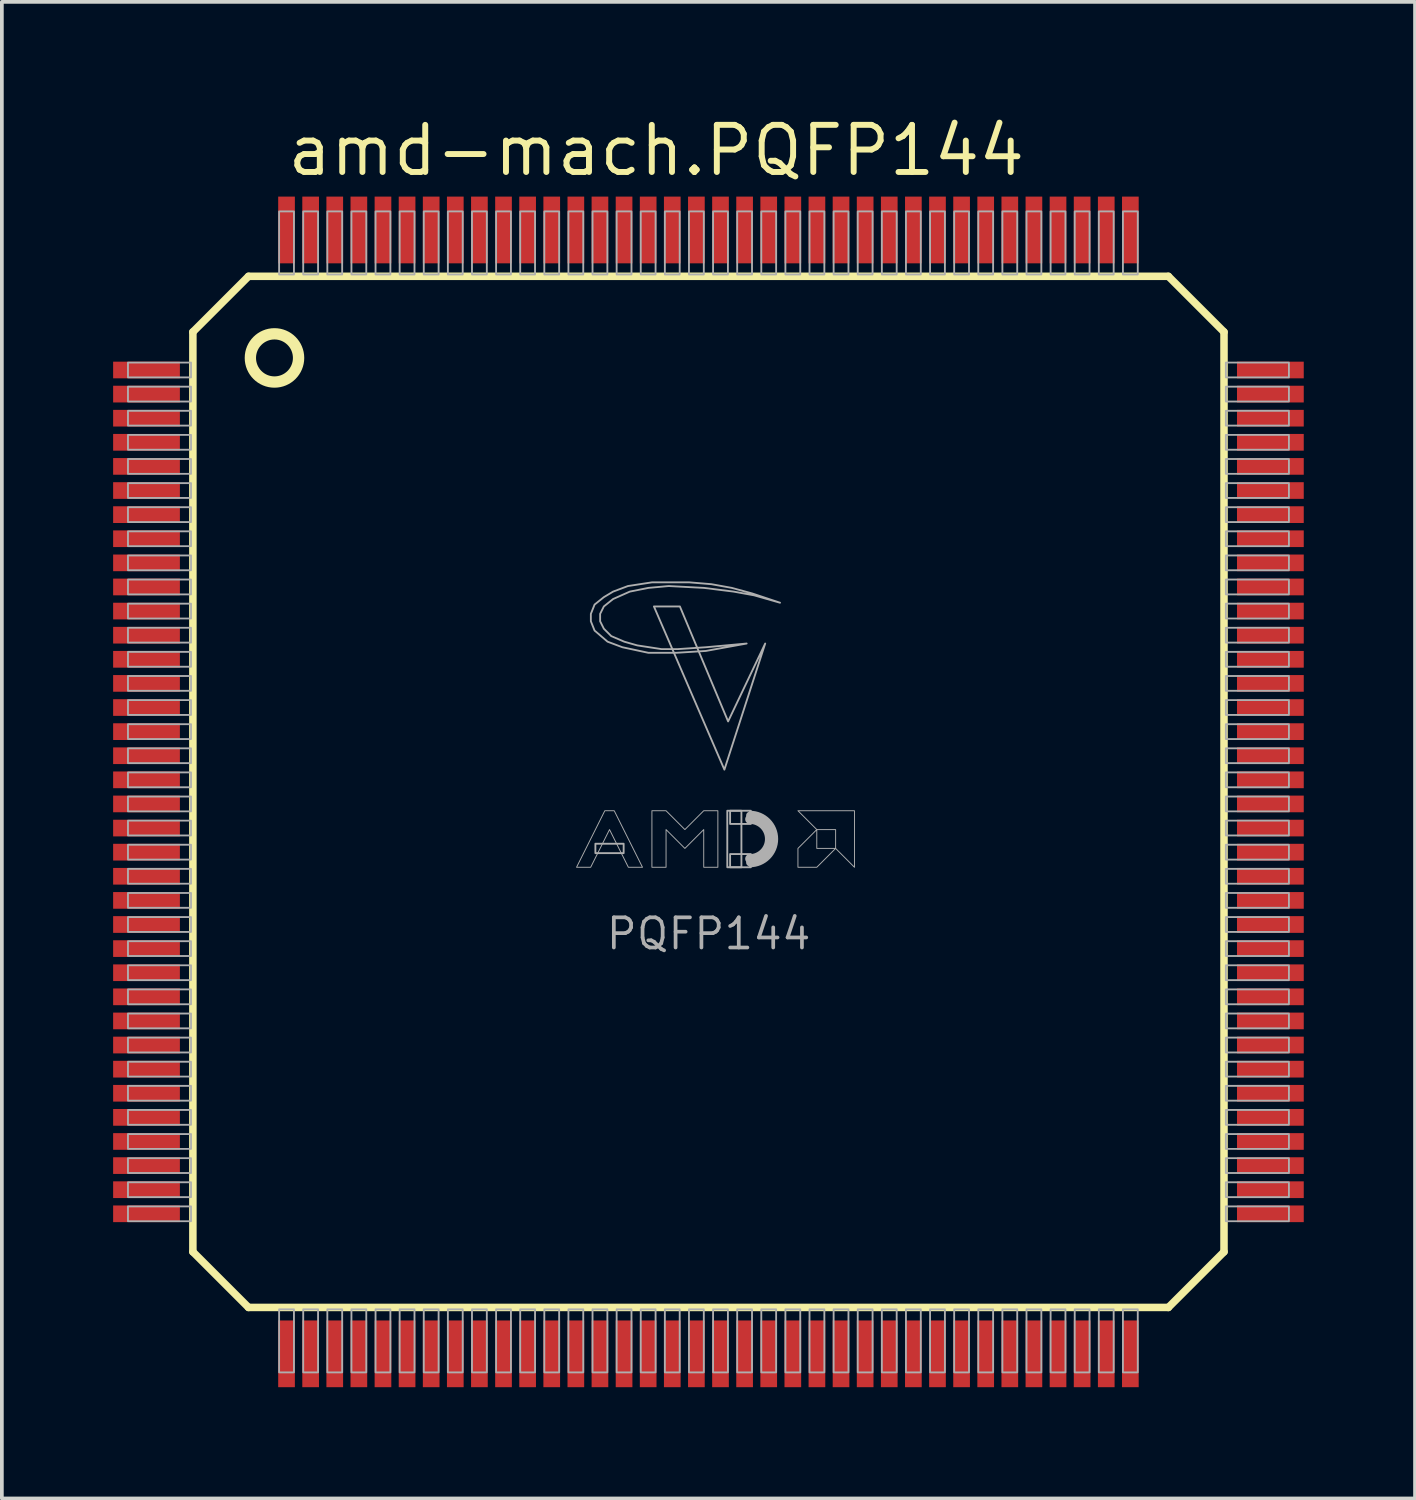
<source format=kicad_pcb>
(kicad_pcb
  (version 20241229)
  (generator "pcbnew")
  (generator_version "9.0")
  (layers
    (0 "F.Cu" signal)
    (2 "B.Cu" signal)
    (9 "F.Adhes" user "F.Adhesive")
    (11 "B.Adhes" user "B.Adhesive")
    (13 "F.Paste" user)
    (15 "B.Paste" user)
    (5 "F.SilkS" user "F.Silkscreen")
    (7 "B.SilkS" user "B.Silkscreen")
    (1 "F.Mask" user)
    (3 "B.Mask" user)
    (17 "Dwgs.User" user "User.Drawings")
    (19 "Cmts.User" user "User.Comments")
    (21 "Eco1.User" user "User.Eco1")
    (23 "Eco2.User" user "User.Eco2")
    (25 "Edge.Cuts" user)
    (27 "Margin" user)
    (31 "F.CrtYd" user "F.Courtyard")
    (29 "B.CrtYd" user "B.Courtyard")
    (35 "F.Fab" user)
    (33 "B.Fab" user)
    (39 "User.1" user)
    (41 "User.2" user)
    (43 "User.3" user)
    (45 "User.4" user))
  (footprint "amd-mach.PQFP144"
    (layer "F.Cu")
    (at 16.05 18.3)
    (property "Reference" "amd-mach.PQFP144" (at -11.43 -16.55 0) (layer "F.SilkS") (effects (font (size 1.27 1.27) (thickness 0.16)) (justify left bottom)))
    (attr smd)
    (fp_line (start -13.9 -12.4) (end -12.4 -13.9) (stroke (width 0.203) (type default)) (layer "F.SilkS"))
    (fp_line (start -13.9 12.4) (end -13.9 -12.4) (stroke (width 0.203) (type default)) (layer "F.SilkS"))
    (fp_line (start -12.4 -13.9) (end 12.4 -13.9) (stroke (width 0.203) (type default)) (layer "F.SilkS"))
    (fp_line (start -12.4 13.9) (end -13.9 12.4) (stroke (width 0.203) (type default)) (layer "F.SilkS"))
    (fp_line (start 12.4 -13.9) (end 13.9 -12.4) (stroke (width 0.203) (type default)) (layer "F.SilkS"))
    (fp_line (start 12.4 13.9) (end -12.4 13.9) (stroke (width 0.203) (type default)) (layer "F.SilkS"))
    (fp_line (start 13.9 -12.4) (end 13.9 12.4) (stroke (width 0.203) (type default)) (layer "F.SilkS"))
    (fp_line (start 13.9 12.4) (end 12.4 13.9) (stroke (width 0.203) (type default)) (layer "F.SilkS"))
    (fp_circle (center -11.7 -11.7) (end -11.05 -11.7) (stroke (width 0.305) (type default)) (fill no) (layer "F.SilkS"))
    (fp_rect (start -15.65 -11.175) (end -13.95 -11.575) (stroke (width 0.05) (type default)) (fill no) (layer "F.Fab"))
    (fp_rect (start -15.65 -10.525) (end -13.95 -10.925) (stroke (width 0.05) (type default)) (fill no) (layer "F.Fab"))
    (fp_rect (start -15.65 -9.875) (end -13.95 -10.275) (stroke (width 0.05) (type default)) (fill no) (layer "F.Fab"))
    (fp_rect (start -15.65 -9.225) (end -13.95 -9.625) (stroke (width 0.05) (type default)) (fill no) (layer "F.Fab"))
    (fp_rect (start -15.65 -8.575) (end -13.95 -8.975) (stroke (width 0.05) (type default)) (fill no) (layer "F.Fab"))
    (fp_rect (start -15.65 -7.925) (end -13.95 -8.325) (stroke (width 0.05) (type default)) (fill no) (layer "F.Fab"))
    (fp_rect (start -15.65 -7.275) (end -13.95 -7.675) (stroke (width 0.05) (type default)) (fill no) (layer "F.Fab"))
    (fp_rect (start -15.65 -6.625) (end -13.95 -7.025) (stroke (width 0.05) (type default)) (fill no) (layer "F.Fab"))
    (fp_rect (start -15.65 -5.975) (end -13.95 -6.375) (stroke (width 0.05) (type default)) (fill no) (layer "F.Fab"))
    (fp_rect (start -15.65 -5.325) (end -13.95 -5.725) (stroke (width 0.05) (type default)) (fill no) (layer "F.Fab"))
    (fp_rect (start -15.65 -4.675) (end -13.95 -5.075) (stroke (width 0.05) (type default)) (fill no) (layer "F.Fab"))
    (fp_rect (start -15.65 -4.025) (end -13.95 -4.425) (stroke (width 0.05) (type default)) (fill no) (layer "F.Fab"))
    (fp_rect (start -15.65 -3.375) (end -13.95 -3.775) (stroke (width 0.05) (type default)) (fill no) (layer "F.Fab"))
    (fp_rect (start -15.65 -2.725) (end -13.95 -3.125) (stroke (width 0.05) (type default)) (fill no) (layer "F.Fab"))
    (fp_rect (start -15.65 -2.075) (end -13.95 -2.475) (stroke (width 0.05) (type default)) (fill no) (layer "F.Fab"))
    (fp_rect (start -15.65 -1.425) (end -13.95 -1.825) (stroke (width 0.05) (type default)) (fill no) (layer "F.Fab"))
    (fp_rect (start -15.65 -0.775) (end -13.95 -1.175) (stroke (width 0.05) (type default)) (fill no) (layer "F.Fab"))
    (fp_rect (start -15.65 -0.125) (end -13.95 -0.525) (stroke (width 0.05) (type default)) (fill no) (layer "F.Fab"))
    (fp_rect (start -15.65 0.525) (end -13.95 0.125) (stroke (width 0.05) (type default)) (fill no) (layer "F.Fab"))
    (fp_rect (start -15.65 1.175) (end -13.95 0.775) (stroke (width 0.05) (type default)) (fill no) (layer "F.Fab"))
    (fp_rect (start -15.65 1.825) (end -13.95 1.425) (stroke (width 0.05) (type default)) (fill no) (layer "F.Fab"))
    (fp_rect (start -15.65 2.475) (end -13.95 2.075) (stroke (width 0.05) (type default)) (fill no) (layer "F.Fab"))
    (fp_rect (start -15.65 3.125) (end -13.95 2.725) (stroke (width 0.05) (type default)) (fill no) (layer "F.Fab"))
    (fp_rect (start -15.65 3.775) (end -13.95 3.375) (stroke (width 0.05) (type default)) (fill no) (layer "F.Fab"))
    (fp_rect (start -15.65 4.425) (end -13.95 4.025) (stroke (width 0.05) (type default)) (fill no) (layer "F.Fab"))
    (fp_rect (start -15.65 5.075) (end -13.95 4.675) (stroke (width 0.05) (type default)) (fill no) (layer "F.Fab"))
    (fp_rect (start -15.65 5.725) (end -13.95 5.325) (stroke (width 0.05) (type default)) (fill no) (layer "F.Fab"))
    (fp_rect (start -15.65 6.375) (end -13.95 5.975) (stroke (width 0.05) (type default)) (fill no) (layer "F.Fab"))
    (fp_rect (start -15.65 7.025) (end -13.95 6.625) (stroke (width 0.05) (type default)) (fill no) (layer "F.Fab"))
    (fp_rect (start -15.65 7.675) (end -13.95 7.275) (stroke (width 0.05) (type default)) (fill no) (layer "F.Fab"))
    (fp_rect (start -15.65 8.325) (end -13.95 7.925) (stroke (width 0.05) (type default)) (fill no) (layer "F.Fab"))
    (fp_rect (start -15.65 8.975) (end -13.95 8.575) (stroke (width 0.05) (type default)) (fill no) (layer "F.Fab"))
    (fp_rect (start -15.65 9.625) (end -13.95 9.225) (stroke (width 0.05) (type default)) (fill no) (layer "F.Fab"))
    (fp_rect (start -15.65 10.275) (end -13.95 9.875) (stroke (width 0.05) (type default)) (fill no) (layer "F.Fab"))
    (fp_rect (start -15.65 10.925) (end -13.95 10.525) (stroke (width 0.05) (type default)) (fill no) (layer "F.Fab"))
    (fp_rect (start -15.65 11.575) (end -13.95 11.175) (stroke (width 0.05) (type default)) (fill no) (layer "F.Fab"))
    (fp_rect (start -11.575 -13.95) (end -11.175 -15.65) (stroke (width 0.05) (type default)) (fill no) (layer "F.Fab"))
    (fp_rect (start -11.575 15.65) (end -11.175 13.95) (stroke (width 0.05) (type default)) (fill no) (layer "F.Fab"))
    (fp_rect (start -10.925 -13.95) (end -10.525 -15.65) (stroke (width 0.05) (type default)) (fill no) (layer "F.Fab"))
    (fp_rect (start -10.925 15.65) (end -10.525 13.95) (stroke (width 0.05) (type default)) (fill no) (layer "F.Fab"))
    (fp_rect (start -10.275 -13.95) (end -9.875 -15.65) (stroke (width 0.05) (type default)) (fill no) (layer "F.Fab"))
    (fp_rect (start -10.275 15.65) (end -9.875 13.95) (stroke (width 0.05) (type default)) (fill no) (layer "F.Fab"))
    (fp_rect (start -9.625 -13.95) (end -9.225 -15.65) (stroke (width 0.05) (type default)) (fill no) (layer "F.Fab"))
    (fp_rect (start -9.625 15.65) (end -9.225 13.95) (stroke (width 0.05) (type default)) (fill no) (layer "F.Fab"))
    (fp_rect (start -8.975 -13.95) (end -8.575 -15.65) (stroke (width 0.05) (type default)) (fill no) (layer "F.Fab"))
    (fp_rect (start -8.975 15.65) (end -8.575 13.95) (stroke (width 0.05) (type default)) (fill no) (layer "F.Fab"))
    (fp_rect (start -8.325 -13.95) (end -7.925 -15.65) (stroke (width 0.05) (type default)) (fill no) (layer "F.Fab"))
    (fp_rect (start -8.325 15.65) (end -7.925 13.95) (stroke (width 0.05) (type default)) (fill no) (layer "F.Fab"))
    (fp_rect (start -7.675 -13.95) (end -7.275 -15.65) (stroke (width 0.05) (type default)) (fill no) (layer "F.Fab"))
    (fp_rect (start -7.675 15.65) (end -7.275 13.95) (stroke (width 0.05) (type default)) (fill no) (layer "F.Fab"))
    (fp_rect (start -7.025 -13.95) (end -6.625 -15.65) (stroke (width 0.05) (type default)) (fill no) (layer "F.Fab"))
    (fp_rect (start -7.025 15.65) (end -6.625 13.95) (stroke (width 0.05) (type default)) (fill no) (layer "F.Fab"))
    (fp_rect (start -6.375 -13.95) (end -5.975 -15.65) (stroke (width 0.05) (type default)) (fill no) (layer "F.Fab"))
    (fp_rect (start -6.375 15.65) (end -5.975 13.95) (stroke (width 0.05) (type default)) (fill no) (layer "F.Fab"))
    (fp_rect (start -5.725 -13.95) (end -5.325 -15.65) (stroke (width 0.05) (type default)) (fill no) (layer "F.Fab"))
    (fp_rect (start -5.725 15.65) (end -5.325 13.95) (stroke (width 0.05) (type default)) (fill no) (layer "F.Fab"))
    (fp_rect (start -5.075 -13.95) (end -4.675 -15.65) (stroke (width 0.05) (type default)) (fill no) (layer "F.Fab"))
    (fp_rect (start -5.075 15.65) (end -4.675 13.95) (stroke (width 0.05) (type default)) (fill no) (layer "F.Fab"))
    (fp_rect (start -4.425 -13.95) (end -4.025 -15.65) (stroke (width 0.05) (type default)) (fill no) (layer "F.Fab"))
    (fp_rect (start -4.425 15.65) (end -4.025 13.95) (stroke (width 0.05) (type default)) (fill no) (layer "F.Fab"))
    (fp_rect (start -3.775 -13.95) (end -3.375 -15.65) (stroke (width 0.05) (type default)) (fill no) (layer "F.Fab"))
    (fp_rect (start -3.775 15.65) (end -3.375 13.95) (stroke (width 0.05) (type default)) (fill no) (layer "F.Fab"))
    (fp_rect (start -3.125 -13.95) (end -2.725 -15.65) (stroke (width 0.05) (type default)) (fill no) (layer "F.Fab"))
    (fp_rect (start -3.125 15.65) (end -2.725 13.95) (stroke (width 0.05) (type default)) (fill no) (layer "F.Fab"))
    (fp_rect (start -3.048 1.651) (end -2.286 1.397) (stroke (width 0.05) (type default)) (fill no) (layer "F.Fab"))
    (fp_rect (start -2.475 -13.95) (end -2.075 -15.65) (stroke (width 0.05) (type default)) (fill no) (layer "F.Fab"))
    (fp_rect (start -2.475 15.65) (end -2.075 13.95) (stroke (width 0.05) (type default)) (fill no) (layer "F.Fab"))
    (fp_rect (start -1.825 -13.95) (end -1.425 -15.65) (stroke (width 0.05) (type default)) (fill no) (layer "F.Fab"))
    (fp_rect (start -1.825 15.65) (end -1.425 13.95) (stroke (width 0.05) (type default)) (fill no) (layer "F.Fab"))
    (fp_rect (start -1.175 -13.95) (end -0.775 -15.65) (stroke (width 0.05) (type default)) (fill no) (layer "F.Fab"))
    (fp_rect (start -1.175 15.65) (end -0.775 13.95) (stroke (width 0.05) (type default)) (fill no) (layer "F.Fab"))
    (fp_rect (start -0.525 -13.95) (end -0.125 -15.65) (stroke (width 0.05) (type default)) (fill no) (layer "F.Fab"))
    (fp_rect (start -0.525 15.65) (end -0.125 13.95) (stroke (width 0.05) (type default)) (fill no) (layer "F.Fab"))
    (fp_rect (start 0.125 -13.95) (end 0.525 -15.65) (stroke (width 0.05) (type default)) (fill no) (layer "F.Fab"))
    (fp_rect (start 0.125 15.65) (end 0.525 13.95) (stroke (width 0.05) (type default)) (fill no) (layer "F.Fab"))
    (fp_rect (start 0.508 2.032) (end 0.889 0.508) (stroke (width 0.05) (type default)) (fill no) (layer "F.Fab"))
    (fp_rect (start 0.584 0.864) (end 1.143 0.508) (stroke (width 0.05) (type default)) (fill no) (layer "F.Fab"))
    (fp_rect (start 0.584 2.032) (end 1.143 1.676) (stroke (width 0.05) (type default)) (fill no) (layer "F.Fab"))
    (fp_rect (start 0.775 -13.95) (end 1.175 -15.65) (stroke (width 0.05) (type default)) (fill no) (layer "F.Fab"))
    (fp_rect (start 0.775 15.65) (end 1.175 13.95) (stroke (width 0.05) (type default)) (fill no) (layer "F.Fab"))
    (fp_rect (start 1.425 -13.95) (end 1.825 -15.65) (stroke (width 0.05) (type default)) (fill no) (layer "F.Fab"))
    (fp_rect (start 1.425 15.65) (end 1.825 13.95) (stroke (width 0.05) (type default)) (fill no) (layer "F.Fab"))
    (fp_rect (start 2.075 -13.95) (end 2.475 -15.65) (stroke (width 0.05) (type default)) (fill no) (layer "F.Fab"))
    (fp_rect (start 2.075 15.65) (end 2.475 13.95) (stroke (width 0.05) (type default)) (fill no) (layer "F.Fab"))
    (fp_rect (start 2.725 -13.95) (end 3.125 -15.65) (stroke (width 0.05) (type default)) (fill no) (layer "F.Fab"))
    (fp_rect (start 2.725 15.65) (end 3.125 13.95) (stroke (width 0.05) (type default)) (fill no) (layer "F.Fab"))
    (fp_rect (start 3.375 -13.95) (end 3.775 -15.65) (stroke (width 0.05) (type default)) (fill no) (layer "F.Fab"))
    (fp_rect (start 3.375 15.65) (end 3.775 13.95) (stroke (width 0.05) (type default)) (fill no) (layer "F.Fab"))
    (fp_rect (start 4.025 -13.95) (end 4.425 -15.65) (stroke (width 0.05) (type default)) (fill no) (layer "F.Fab"))
    (fp_rect (start 4.025 15.65) (end 4.425 13.95) (stroke (width 0.05) (type default)) (fill no) (layer "F.Fab"))
    (fp_rect (start 4.675 -13.95) (end 5.075 -15.65) (stroke (width 0.05) (type default)) (fill no) (layer "F.Fab"))
    (fp_rect (start 4.675 15.65) (end 5.075 13.95) (stroke (width 0.05) (type default)) (fill no) (layer "F.Fab"))
    (fp_rect (start 5.325 -13.95) (end 5.725 -15.65) (stroke (width 0.05) (type default)) (fill no) (layer "F.Fab"))
    (fp_rect (start 5.325 15.65) (end 5.725 13.95) (stroke (width 0.05) (type default)) (fill no) (layer "F.Fab"))
    (fp_rect (start 5.975 -13.95) (end 6.375 -15.65) (stroke (width 0.05) (type default)) (fill no) (layer "F.Fab"))
    (fp_rect (start 5.975 15.65) (end 6.375 13.95) (stroke (width 0.05) (type default)) (fill no) (layer "F.Fab"))
    (fp_rect (start 6.625 -13.95) (end 7.025 -15.65) (stroke (width 0.05) (type default)) (fill no) (layer "F.Fab"))
    (fp_rect (start 6.625 15.65) (end 7.025 13.95) (stroke (width 0.05) (type default)) (fill no) (layer "F.Fab"))
    (fp_rect (start 7.275 -13.95) (end 7.675 -15.65) (stroke (width 0.05) (type default)) (fill no) (layer "F.Fab"))
    (fp_rect (start 7.275 15.65) (end 7.675 13.95) (stroke (width 0.05) (type default)) (fill no) (layer "F.Fab"))
    (fp_rect (start 7.925 -13.95) (end 8.325 -15.65) (stroke (width 0.05) (type default)) (fill no) (layer "F.Fab"))
    (fp_rect (start 7.925 15.65) (end 8.325 13.95) (stroke (width 0.05) (type default)) (fill no) (layer "F.Fab"))
    (fp_rect (start 8.575 -13.95) (end 8.975 -15.65) (stroke (width 0.05) (type default)) (fill no) (layer "F.Fab"))
    (fp_rect (start 8.575 15.65) (end 8.975 13.95) (stroke (width 0.05) (type default)) (fill no) (layer "F.Fab"))
    (fp_rect (start 9.225 -13.95) (end 9.625 -15.65) (stroke (width 0.05) (type default)) (fill no) (layer "F.Fab"))
    (fp_rect (start 9.225 15.65) (end 9.625 13.95) (stroke (width 0.05) (type default)) (fill no) (layer "F.Fab"))
    (fp_rect (start 9.875 -13.95) (end 10.275 -15.65) (stroke (width 0.05) (type default)) (fill no) (layer "F.Fab"))
    (fp_rect (start 9.875 15.65) (end 10.275 13.95) (stroke (width 0.05) (type default)) (fill no) (layer "F.Fab"))
    (fp_rect (start 10.525 -13.95) (end 10.925 -15.65) (stroke (width 0.05) (type default)) (fill no) (layer "F.Fab"))
    (fp_rect (start 10.525 15.65) (end 10.925 13.95) (stroke (width 0.05) (type default)) (fill no) (layer "F.Fab"))
    (fp_rect (start 11.175 -13.95) (end 11.575 -15.65) (stroke (width 0.05) (type default)) (fill no) (layer "F.Fab"))
    (fp_rect (start 11.175 15.65) (end 11.575 13.95) (stroke (width 0.05) (type default)) (fill no) (layer "F.Fab"))
    (fp_rect (start 13.95 -11.175) (end 15.65 -11.575) (stroke (width 0.05) (type default)) (fill no) (layer "F.Fab"))
    (fp_rect (start 13.95 -10.525) (end 15.65 -10.925) (stroke (width 0.05) (type default)) (fill no) (layer "F.Fab"))
    (fp_rect (start 13.95 -9.875) (end 15.65 -10.275) (stroke (width 0.05) (type default)) (fill no) (layer "F.Fab"))
    (fp_rect (start 13.95 -9.225) (end 15.65 -9.625) (stroke (width 0.05) (type default)) (fill no) (layer "F.Fab"))
    (fp_rect (start 13.95 -8.575) (end 15.65 -8.975) (stroke (width 0.05) (type default)) (fill no) (layer "F.Fab"))
    (fp_rect (start 13.95 -7.925) (end 15.65 -8.325) (stroke (width 0.05) (type default)) (fill no) (layer "F.Fab"))
    (fp_rect (start 13.95 -7.275) (end 15.65 -7.675) (stroke (width 0.05) (type default)) (fill no) (layer "F.Fab"))
    (fp_rect (start 13.95 -6.625) (end 15.65 -7.025) (stroke (width 0.05) (type default)) (fill no) (layer "F.Fab"))
    (fp_rect (start 13.95 -5.975) (end 15.65 -6.375) (stroke (width 0.05) (type default)) (fill no) (layer "F.Fab"))
    (fp_rect (start 13.95 -5.325) (end 15.65 -5.725) (stroke (width 0.05) (type default)) (fill no) (layer "F.Fab"))
    (fp_rect (start 13.95 -4.675) (end 15.65 -5.075) (stroke (width 0.05) (type default)) (fill no) (layer "F.Fab"))
    (fp_rect (start 13.95 -4.025) (end 15.65 -4.425) (stroke (width 0.05) (type default)) (fill no) (layer "F.Fab"))
    (fp_rect (start 13.95 -3.375) (end 15.65 -3.775) (stroke (width 0.05) (type default)) (fill no) (layer "F.Fab"))
    (fp_rect (start 13.95 -2.725) (end 15.65 -3.125) (stroke (width 0.05) (type default)) (fill no) (layer "F.Fab"))
    (fp_rect (start 13.95 -2.075) (end 15.65 -2.475) (stroke (width 0.05) (type default)) (fill no) (layer "F.Fab"))
    (fp_rect (start 13.95 -1.425) (end 15.65 -1.825) (stroke (width 0.05) (type default)) (fill no) (layer "F.Fab"))
    (fp_rect (start 13.95 -0.775) (end 15.65 -1.175) (stroke (width 0.05) (type default)) (fill no) (layer "F.Fab"))
    (fp_rect (start 13.95 -0.125) (end 15.65 -0.525) (stroke (width 0.05) (type default)) (fill no) (layer "F.Fab"))
    (fp_rect (start 13.95 0.525) (end 15.65 0.125) (stroke (width 0.05) (type default)) (fill no) (layer "F.Fab"))
    (fp_rect (start 13.95 1.175) (end 15.65 0.775) (stroke (width 0.05) (type default)) (fill no) (layer "F.Fab"))
    (fp_rect (start 13.95 1.825) (end 15.65 1.425) (stroke (width 0.05) (type default)) (fill no) (layer "F.Fab"))
    (fp_rect (start 13.95 2.475) (end 15.65 2.075) (stroke (width 0.05) (type default)) (fill no) (layer "F.Fab"))
    (fp_rect (start 13.95 3.125) (end 15.65 2.725) (stroke (width 0.05) (type default)) (fill no) (layer "F.Fab"))
    (fp_rect (start 13.95 3.775) (end 15.65 3.375) (stroke (width 0.05) (type default)) (fill no) (layer "F.Fab"))
    (fp_rect (start 13.95 4.425) (end 15.65 4.025) (stroke (width 0.05) (type default)) (fill no) (layer "F.Fab"))
    (fp_rect (start 13.95 5.075) (end 15.65 4.675) (stroke (width 0.05) (type default)) (fill no) (layer "F.Fab"))
    (fp_rect (start 13.95 5.725) (end 15.65 5.325) (stroke (width 0.05) (type default)) (fill no) (layer "F.Fab"))
    (fp_rect (start 13.95 6.375) (end 15.65 5.975) (stroke (width 0.05) (type default)) (fill no) (layer "F.Fab"))
    (fp_rect (start 13.95 7.025) (end 15.65 6.625) (stroke (width 0.05) (type default)) (fill no) (layer "F.Fab"))
    (fp_rect (start 13.95 7.675) (end 15.65 7.275) (stroke (width 0.05) (type default)) (fill no) (layer "F.Fab"))
    (fp_rect (start 13.95 8.325) (end 15.65 7.925) (stroke (width 0.05) (type default)) (fill no) (layer "F.Fab"))
    (fp_rect (start 13.95 8.975) (end 15.65 8.575) (stroke (width 0.05) (type default)) (fill no) (layer "F.Fab"))
    (fp_rect (start 13.95 9.625) (end 15.65 9.225) (stroke (width 0.05) (type default)) (fill no) (layer "F.Fab"))
    (fp_rect (start 13.95 10.275) (end 15.65 9.875) (stroke (width 0.05) (type default)) (fill no) (layer "F.Fab"))
    (fp_rect (start 13.95 10.925) (end 15.65 10.525) (stroke (width 0.05) (type default)) (fill no) (layer "F.Fab"))
    (fp_rect (start 13.95 11.575) (end 15.65 11.175) (stroke (width 0.05) (type default)) (fill no) (layer "F.Fab"))
    (fp_arc (start 1.1176 0.5334) (mid 1.8542 1.27) (end 1.1176 2.0066) (stroke (width 0.0508) (type default)) (layer "F.Fab"))
    (fp_arc (start 1.1176 0.635) (mid 1.7526 1.27) (end 1.1176 1.905) (stroke (width 0.2032) (type default)) (layer "F.Fab"))
    (fp_arc (start 1.1176 0.7366) (mid 1.651 1.27) (end 1.1176 1.8034) (stroke (width 0.254) (type default)) (layer "F.Fab"))
    (fp_poly (pts (xy -1.47 -5) (xy -0.77 -5) (xy 0.53 -1.9) (xy 1.53 -4) (xy 0.43 -0.6)) (stroke (width 0.05) (type default)) (fill no) (layer "F.Fab"))
    (fp_poly (pts (xy 2.413 0.508) (xy 3.937 0.508) (xy 3.937 2.032) (xy 3.429 1.524) (xy 3.429 1.016) (xy 2.921 1.016)) (stroke (width 0.025) (type default)) (fill no) (layer "F.Fab"))
    (fp_poly (pts (xy 2.921 1.016) (xy 2.413 1.524) (xy 2.413 2.032) (xy 2.921 2.032) (xy 3.429 1.524) (xy 2.921 1.524)) (stroke (width 0.025) (type default)) (fill no) (layer "F.Fab"))
    (fp_poly (pts (xy -3.556 2.032) (xy -2.794 0.508) (xy -2.54 0.508) (xy -1.778 2.032) (xy -2.159 2.032) (xy -2.667 1.016) (xy -3.175 2.032)) (stroke (width 0.025) (type default)) (fill no) (layer "F.Fab"))
    (fp_poly (pts (xy -1.524 2.032) (xy -1.524 0.508) (xy -1.143 0.508) (xy -0.635 1.016) (xy -0.127 0.508) (xy 0.254 0.508) (xy 0.254 2.032) (xy -0.127 2.032) (xy -0.127 1.016) (xy -0.635 1.524) (xy -1.143 1.016) (xy -1.143 2.032)) (stroke (width 0.025) (type default)) (fill no) (layer "F.Fab"))
    (fp_poly (pts (xy 1.93 -5.1) (xy 1.18 -5.35) (xy 0.63 -5.5) (xy 0.08 -5.6) (xy -0.52 -5.65) (xy -1.52 -5.65) (xy -2.17 -5.55) (xy -2.57 -5.4) (xy -2.82 -5.25) (xy -3.07 -5.05) (xy -3.17 -4.8) (xy -3.17 -4.6) (xy -3.07 -4.35) (xy -2.72 -4.05) (xy -2.32 -3.9) (xy -1.62 -3.75) (xy -0.87 -3.75) (xy -0.07 -3.8) (xy 1.03 -4) (xy -0.07 -3.9) (xy -0.82 -3.85) (xy -1.27 -3.85) (xy -1.92 -3.95) (xy -2.27 -4.05) (xy -2.62 -4.2) (xy -2.82 -4.4) (xy -2.92 -4.6) (xy -2.92 -4.8) (xy -2.82 -5) (xy -2.57 -5.2) (xy -2.12 -5.4) (xy -1.62 -5.5) (xy -1.07 -5.55) (xy -0.12 -5.5) (xy 0.68 -5.4) (xy 1.23 -5.3)) (stroke (width 0.05) (type default)) (fill no) (layer "F.Fab"))
    (fp_text user "PQFP144" (at -2.81 4.3 0) (layer "F.Fab") (effects (font (size 0.813 0.813) (thickness 0.1)) (justify left bottom)))
    (pad "1" smd roundrect (at -15.15 -11.375) (size 1.8 0.45) (layers "F.Cu" "F.Mask" "F.Paste") (roundrect_rratio 0.01))
    (pad "2" smd roundrect (at -15.15 -10.725) (size 1.8 0.45) (layers "F.Cu" "F.Mask" "F.Paste") (roundrect_rratio 0.01))
    (pad "3" smd roundrect (at -15.15 -10.075) (size 1.8 0.45) (layers "F.Cu" "F.Mask" "F.Paste") (roundrect_rratio 0.01))
    (pad "4" smd roundrect (at -15.15 -9.425) (size 1.8 0.45) (layers "F.Cu" "F.Mask" "F.Paste") (roundrect_rratio 0.01))
    (pad "5" smd roundrect (at -15.15 -8.775) (size 1.8 0.45) (layers "F.Cu" "F.Mask" "F.Paste") (roundrect_rratio 0.01))
    (pad "6" smd roundrect (at -15.15 -8.125) (size 1.8 0.45) (layers "F.Cu" "F.Mask" "F.Paste") (roundrect_rratio 0.01))
    (pad "7" smd roundrect (at -15.15 -7.475) (size 1.8 0.45) (layers "F.Cu" "F.Mask" "F.Paste") (roundrect_rratio 0.01))
    (pad "8" smd roundrect (at -15.15 -6.825) (size 1.8 0.45) (layers "F.Cu" "F.Mask" "F.Paste") (roundrect_rratio 0.01))
    (pad "9" smd roundrect (at -15.15 -6.175) (size 1.8 0.45) (layers "F.Cu" "F.Mask" "F.Paste") (roundrect_rratio 0.01))
    (pad "10" smd roundrect (at -15.15 -5.525) (size 1.8 0.45) (layers "F.Cu" "F.Mask" "F.Paste") (roundrect_rratio 0.01))
    (pad "11" smd roundrect (at -15.15 -4.875) (size 1.8 0.45) (layers "F.Cu" "F.Mask" "F.Paste") (roundrect_rratio 0.01))
    (pad "12" smd roundrect (at -15.15 -4.225) (size 1.8 0.45) (layers "F.Cu" "F.Mask" "F.Paste") (roundrect_rratio 0.01))
    (pad "13" smd roundrect (at -15.15 -3.575) (size 1.8 0.45) (layers "F.Cu" "F.Mask" "F.Paste") (roundrect_rratio 0.01))
    (pad "14" smd roundrect (at -15.15 -2.925) (size 1.8 0.45) (layers "F.Cu" "F.Mask" "F.Paste") (roundrect_rratio 0.01))
    (pad "15" smd roundrect (at -15.15 -2.275) (size 1.8 0.45) (layers "F.Cu" "F.Mask" "F.Paste") (roundrect_rratio 0.01))
    (pad "16" smd roundrect (at -15.15 -1.625) (size 1.8 0.45) (layers "F.Cu" "F.Mask" "F.Paste") (roundrect_rratio 0.01))
    (pad "17" smd roundrect (at -15.15 -0.975) (size 1.8 0.45) (layers "F.Cu" "F.Mask" "F.Paste") (roundrect_rratio 0.01))
    (pad "18" smd roundrect (at -15.15 -0.325) (size 1.8 0.45) (layers "F.Cu" "F.Mask" "F.Paste") (roundrect_rratio 0.01))
    (pad "19" smd roundrect (at -15.15 0.325) (size 1.8 0.45) (layers "F.Cu" "F.Mask" "F.Paste") (roundrect_rratio 0.01))
    (pad "20" smd roundrect (at -15.15 0.975) (size 1.8 0.45) (layers "F.Cu" "F.Mask" "F.Paste") (roundrect_rratio 0.01))
    (pad "21" smd roundrect (at -15.15 1.625) (size 1.8 0.45) (layers "F.Cu" "F.Mask" "F.Paste") (roundrect_rratio 0.01))
    (pad "22" smd roundrect (at -15.15 2.275) (size 1.8 0.45) (layers "F.Cu" "F.Mask" "F.Paste") (roundrect_rratio 0.01))
    (pad "23" smd roundrect (at -15.15 2.925) (size 1.8 0.45) (layers "F.Cu" "F.Mask" "F.Paste") (roundrect_rratio 0.01))
    (pad "24" smd roundrect (at -15.15 3.575) (size 1.8 0.45) (layers "F.Cu" "F.Mask" "F.Paste") (roundrect_rratio 0.01))
    (pad "25" smd roundrect (at -15.15 4.225) (size 1.8 0.45) (layers "F.Cu" "F.Mask" "F.Paste") (roundrect_rratio 0.01))
    (pad "26" smd roundrect (at -15.15 4.875) (size 1.8 0.45) (layers "F.Cu" "F.Mask" "F.Paste") (roundrect_rratio 0.01))
    (pad "27" smd roundrect (at -15.15 5.525) (size 1.8 0.45) (layers "F.Cu" "F.Mask" "F.Paste") (roundrect_rratio 0.01))
    (pad "28" smd roundrect (at -15.15 6.175) (size 1.8 0.45) (layers "F.Cu" "F.Mask" "F.Paste") (roundrect_rratio 0.01))
    (pad "29" smd roundrect (at -15.15 6.825) (size 1.8 0.45) (layers "F.Cu" "F.Mask" "F.Paste") (roundrect_rratio 0.01))
    (pad "30" smd roundrect (at -15.15 7.475) (size 1.8 0.45) (layers "F.Cu" "F.Mask" "F.Paste") (roundrect_rratio 0.01))
    (pad "31" smd roundrect (at -15.15 8.125) (size 1.8 0.45) (layers "F.Cu" "F.Mask" "F.Paste") (roundrect_rratio 0.01))
    (pad "32" smd roundrect (at -15.15 8.775) (size 1.8 0.45) (layers "F.Cu" "F.Mask" "F.Paste") (roundrect_rratio 0.01))
    (pad "33" smd roundrect (at -15.15 9.425) (size 1.8 0.45) (layers "F.Cu" "F.Mask" "F.Paste") (roundrect_rratio 0.01))
    (pad "34" smd roundrect (at -15.15 10.075) (size 1.8 0.45) (layers "F.Cu" "F.Mask" "F.Paste") (roundrect_rratio 0.01))
    (pad "35" smd roundrect (at -15.15 10.725) (size 1.8 0.45) (layers "F.Cu" "F.Mask" "F.Paste") (roundrect_rratio 0.01))
    (pad "36" smd roundrect (at -15.15 11.375) (size 1.8 0.45) (layers "F.Cu" "F.Mask" "F.Paste") (roundrect_rratio 0.01))
    (pad "37" smd roundrect (at -11.375 15.15) (size 0.45 1.8) (layers "F.Cu" "F.Mask" "F.Paste") (roundrect_rratio 0.01))
    (pad "38" smd roundrect (at -10.725 15.15) (size 0.45 1.8) (layers "F.Cu" "F.Mask" "F.Paste") (roundrect_rratio 0.01))
    (pad "39" smd roundrect (at -10.075 15.15) (size 0.45 1.8) (layers "F.Cu" "F.Mask" "F.Paste") (roundrect_rratio 0.01))
    (pad "40" smd roundrect (at -9.425 15.15) (size 0.45 1.8) (layers "F.Cu" "F.Mask" "F.Paste") (roundrect_rratio 0.01))
    (pad "41" smd roundrect (at -8.775 15.15) (size 0.45 1.8) (layers "F.Cu" "F.Mask" "F.Paste") (roundrect_rratio 0.01))
    (pad "42" smd roundrect (at -8.125 15.15) (size 0.45 1.8) (layers "F.Cu" "F.Mask" "F.Paste") (roundrect_rratio 0.01))
    (pad "43" smd roundrect (at -7.475 15.15) (size 0.45 1.8) (layers "F.Cu" "F.Mask" "F.Paste") (roundrect_rratio 0.01))
    (pad "44" smd roundrect (at -6.825 15.15) (size 0.45 1.8) (layers "F.Cu" "F.Mask" "F.Paste") (roundrect_rratio 0.01))
    (pad "45" smd roundrect (at -6.175 15.15) (size 0.45 1.8) (layers "F.Cu" "F.Mask" "F.Paste") (roundrect_rratio 0.01))
    (pad "46" smd roundrect (at -5.525 15.15) (size 0.45 1.8) (layers "F.Cu" "F.Mask" "F.Paste") (roundrect_rratio 0.01))
    (pad "47" smd roundrect (at -4.875 15.15) (size 0.45 1.8) (layers "F.Cu" "F.Mask" "F.Paste") (roundrect_rratio 0.01))
    (pad "48" smd roundrect (at -4.225 15.15) (size 0.45 1.8) (layers "F.Cu" "F.Mask" "F.Paste") (roundrect_rratio 0.01))
    (pad "49" smd roundrect (at -3.575 15.15) (size 0.45 1.8) (layers "F.Cu" "F.Mask" "F.Paste") (roundrect_rratio 0.01))
    (pad "50" smd roundrect (at -2.925 15.15) (size 0.45 1.8) (layers "F.Cu" "F.Mask" "F.Paste") (roundrect_rratio 0.01))
    (pad "51" smd roundrect (at -2.275 15.15) (size 0.45 1.8) (layers "F.Cu" "F.Mask" "F.Paste") (roundrect_rratio 0.01))
    (pad "52" smd roundrect (at -1.625 15.15) (size 0.45 1.8) (layers "F.Cu" "F.Mask" "F.Paste") (roundrect_rratio 0.01))
    (pad "53" smd roundrect (at -0.975 15.15) (size 0.45 1.8) (layers "F.Cu" "F.Mask" "F.Paste") (roundrect_rratio 0.01))
    (pad "54" smd roundrect (at -0.325 15.15) (size 0.45 1.8) (layers "F.Cu" "F.Mask" "F.Paste") (roundrect_rratio 0.01))
    (pad "55" smd roundrect (at 0.325 15.15) (size 0.45 1.8) (layers "F.Cu" "F.Mask" "F.Paste") (roundrect_rratio 0.01))
    (pad "56" smd roundrect (at 0.975 15.15) (size 0.45 1.8) (layers "F.Cu" "F.Mask" "F.Paste") (roundrect_rratio 0.01))
    (pad "57" smd roundrect (at 1.625 15.15) (size 0.45 1.8) (layers "F.Cu" "F.Mask" "F.Paste") (roundrect_rratio 0.01))
    (pad "58" smd roundrect (at 2.275 15.15) (size 0.45 1.8) (layers "F.Cu" "F.Mask" "F.Paste") (roundrect_rratio 0.01))
    (pad "59" smd roundrect (at 2.925 15.15) (size 0.45 1.8) (layers "F.Cu" "F.Mask" "F.Paste") (roundrect_rratio 0.01))
    (pad "60" smd roundrect (at 3.575 15.15) (size 0.45 1.8) (layers "F.Cu" "F.Mask" "F.Paste") (roundrect_rratio 0.01))
    (pad "61" smd roundrect (at 4.225 15.15) (size 0.45 1.8) (layers "F.Cu" "F.Mask" "F.Paste") (roundrect_rratio 0.01))
    (pad "62" smd roundrect (at 4.875 15.15) (size 0.45 1.8) (layers "F.Cu" "F.Mask" "F.Paste") (roundrect_rratio 0.01))
    (pad "63" smd roundrect (at 5.525 15.15) (size 0.45 1.8) (layers "F.Cu" "F.Mask" "F.Paste") (roundrect_rratio 0.01))
    (pad "64" smd roundrect (at 6.175 15.15) (size 0.45 1.8) (layers "F.Cu" "F.Mask" "F.Paste") (roundrect_rratio 0.01))
    (pad "65" smd roundrect (at 6.825 15.15) (size 0.45 1.8) (layers "F.Cu" "F.Mask" "F.Paste") (roundrect_rratio 0.01))
    (pad "66" smd roundrect (at 7.475 15.15) (size 0.45 1.8) (layers "F.Cu" "F.Mask" "F.Paste") (roundrect_rratio 0.01))
    (pad "67" smd roundrect (at 8.125 15.15) (size 0.45 1.8) (layers "F.Cu" "F.Mask" "F.Paste") (roundrect_rratio 0.01))
    (pad "68" smd roundrect (at 8.775 15.15) (size 0.45 1.8) (layers "F.Cu" "F.Mask" "F.Paste") (roundrect_rratio 0.01))
    (pad "69" smd roundrect (at 9.425 15.15) (size 0.45 1.8) (layers "F.Cu" "F.Mask" "F.Paste") (roundrect_rratio 0.01))
    (pad "70" smd roundrect (at 10.075 15.15) (size 0.45 1.8) (layers "F.Cu" "F.Mask" "F.Paste") (roundrect_rratio 0.01))
    (pad "71" smd roundrect (at 10.725 15.15) (size 0.45 1.8) (layers "F.Cu" "F.Mask" "F.Paste") (roundrect_rratio 0.01))
    (pad "72" smd roundrect (at 11.375 15.15) (size 0.45 1.8) (layers "F.Cu" "F.Mask" "F.Paste") (roundrect_rratio 0.01))
    (pad "73" smd roundrect (at 15.15 11.375) (size 1.8 0.45) (layers "F.Cu" "F.Mask" "F.Paste") (roundrect_rratio 0.01))
    (pad "74" smd roundrect (at 15.15 10.725) (size 1.8 0.45) (layers "F.Cu" "F.Mask" "F.Paste") (roundrect_rratio 0.01))
    (pad "75" smd roundrect (at 15.15 10.075) (size 1.8 0.45) (layers "F.Cu" "F.Mask" "F.Paste") (roundrect_rratio 0.01))
    (pad "76" smd roundrect (at 15.15 9.425) (size 1.8 0.45) (layers "F.Cu" "F.Mask" "F.Paste") (roundrect_rratio 0.01))
    (pad "77" smd roundrect (at 15.15 8.775) (size 1.8 0.45) (layers "F.Cu" "F.Mask" "F.Paste") (roundrect_rratio 0.01))
    (pad "78" smd roundrect (at 15.15 8.125) (size 1.8 0.45) (layers "F.Cu" "F.Mask" "F.Paste") (roundrect_rratio 0.01))
    (pad "79" smd roundrect (at 15.15 7.475) (size 1.8 0.45) (layers "F.Cu" "F.Mask" "F.Paste") (roundrect_rratio 0.01))
    (pad "80" smd roundrect (at 15.15 6.825) (size 1.8 0.45) (layers "F.Cu" "F.Mask" "F.Paste") (roundrect_rratio 0.01))
    (pad "81" smd roundrect (at 15.15 6.175) (size 1.8 0.45) (layers "F.Cu" "F.Mask" "F.Paste") (roundrect_rratio 0.01))
    (pad "82" smd roundrect (at 15.15 5.525) (size 1.8 0.45) (layers "F.Cu" "F.Mask" "F.Paste") (roundrect_rratio 0.01))
    (pad "83" smd roundrect (at 15.15 4.875) (size 1.8 0.45) (layers "F.Cu" "F.Mask" "F.Paste") (roundrect_rratio 0.01))
    (pad "84" smd roundrect (at 15.15 4.225) (size 1.8 0.45) (layers "F.Cu" "F.Mask" "F.Paste") (roundrect_rratio 0.01))
    (pad "85" smd roundrect (at 15.15 3.575) (size 1.8 0.45) (layers "F.Cu" "F.Mask" "F.Paste") (roundrect_rratio 0.01))
    (pad "86" smd roundrect (at 15.15 2.925) (size 1.8 0.45) (layers "F.Cu" "F.Mask" "F.Paste") (roundrect_rratio 0.01))
    (pad "87" smd roundrect (at 15.15 2.275) (size 1.8 0.45) (layers "F.Cu" "F.Mask" "F.Paste") (roundrect_rratio 0.01))
    (pad "88" smd roundrect (at 15.15 1.625) (size 1.8 0.45) (layers "F.Cu" "F.Mask" "F.Paste") (roundrect_rratio 0.01))
    (pad "89" smd roundrect (at 15.15 0.975) (size 1.8 0.45) (layers "F.Cu" "F.Mask" "F.Paste") (roundrect_rratio 0.01))
    (pad "90" smd roundrect (at 15.15 0.325) (size 1.8 0.45) (layers "F.Cu" "F.Mask" "F.Paste") (roundrect_rratio 0.01))
    (pad "91" smd roundrect (at 15.15 -0.325) (size 1.8 0.45) (layers "F.Cu" "F.Mask" "F.Paste") (roundrect_rratio 0.01))
    (pad "92" smd roundrect (at 15.15 -0.975) (size 1.8 0.45) (layers "F.Cu" "F.Mask" "F.Paste") (roundrect_rratio 0.01))
    (pad "93" smd roundrect (at 15.15 -1.625) (size 1.8 0.45) (layers "F.Cu" "F.Mask" "F.Paste") (roundrect_rratio 0.01))
    (pad "94" smd roundrect (at 15.15 -2.275) (size 1.8 0.45) (layers "F.Cu" "F.Mask" "F.Paste") (roundrect_rratio 0.01))
    (pad "95" smd roundrect (at 15.15 -2.925) (size 1.8 0.45) (layers "F.Cu" "F.Mask" "F.Paste") (roundrect_rratio 0.01))
    (pad "96" smd roundrect (at 15.15 -3.575) (size 1.8 0.45) (layers "F.Cu" "F.Mask" "F.Paste") (roundrect_rratio 0.01))
    (pad "97" smd roundrect (at 15.15 -4.225) (size 1.8 0.45) (layers "F.Cu" "F.Mask" "F.Paste") (roundrect_rratio 0.01))
    (pad "98" smd roundrect (at 15.15 -4.875) (size 1.8 0.45) (layers "F.Cu" "F.Mask" "F.Paste") (roundrect_rratio 0.01))
    (pad "99" smd roundrect (at 15.15 -5.525) (size 1.8 0.45) (layers "F.Cu" "F.Mask" "F.Paste") (roundrect_rratio 0.01))
    (pad "100" smd roundrect (at 15.15 -6.175) (size 1.8 0.45) (layers "F.Cu" "F.Mask" "F.Paste") (roundrect_rratio 0.01))
    (pad "101" smd roundrect (at 15.15 -6.825) (size 1.8 0.45) (layers "F.Cu" "F.Mask" "F.Paste") (roundrect_rratio 0.01))
    (pad "102" smd roundrect (at 15.15 -7.475) (size 1.8 0.45) (layers "F.Cu" "F.Mask" "F.Paste") (roundrect_rratio 0.01))
    (pad "103" smd roundrect (at 15.15 -8.125) (size 1.8 0.45) (layers "F.Cu" "F.Mask" "F.Paste") (roundrect_rratio 0.01))
    (pad "104" smd roundrect (at 15.15 -8.775) (size 1.8 0.45) (layers "F.Cu" "F.Mask" "F.Paste") (roundrect_rratio 0.01))
    (pad "105" smd roundrect (at 15.15 -9.425) (size 1.8 0.45) (layers "F.Cu" "F.Mask" "F.Paste") (roundrect_rratio 0.01))
    (pad "106" smd roundrect (at 15.15 -10.075) (size 1.8 0.45) (layers "F.Cu" "F.Mask" "F.Paste") (roundrect_rratio 0.01))
    (pad "107" smd roundrect (at 15.15 -10.725) (size 1.8 0.45) (layers "F.Cu" "F.Mask" "F.Paste") (roundrect_rratio 0.01))
    (pad "108" smd roundrect (at 15.15 -11.375) (size 1.8 0.45) (layers "F.Cu" "F.Mask" "F.Paste") (roundrect_rratio 0.01))
    (pad "109" smd roundrect (at 11.375 -15.15) (size 0.45 1.8) (layers "F.Cu" "F.Mask" "F.Paste") (roundrect_rratio 0.01))
    (pad "110" smd roundrect (at 10.725 -15.15) (size 0.45 1.8) (layers "F.Cu" "F.Mask" "F.Paste") (roundrect_rratio 0.01))
    (pad "111" smd roundrect (at 10.075 -15.15) (size 0.45 1.8) (layers "F.Cu" "F.Mask" "F.Paste") (roundrect_rratio 0.01))
    (pad "112" smd roundrect (at 9.425 -15.15) (size 0.45 1.8) (layers "F.Cu" "F.Mask" "F.Paste") (roundrect_rratio 0.01))
    (pad "113" smd roundrect (at 8.775 -15.15) (size 0.45 1.8) (layers "F.Cu" "F.Mask" "F.Paste") (roundrect_rratio 0.01))
    (pad "114" smd roundrect (at 8.125 -15.15) (size 0.45 1.8) (layers "F.Cu" "F.Mask" "F.Paste") (roundrect_rratio 0.01))
    (pad "115" smd roundrect (at 7.475 -15.15) (size 0.45 1.8) (layers "F.Cu" "F.Mask" "F.Paste") (roundrect_rratio 0.01))
    (pad "116" smd roundrect (at 6.825 -15.15) (size 0.45 1.8) (layers "F.Cu" "F.Mask" "F.Paste") (roundrect_rratio 0.01))
    (pad "117" smd roundrect (at 6.175 -15.15) (size 0.45 1.8) (layers "F.Cu" "F.Mask" "F.Paste") (roundrect_rratio 0.01))
    (pad "118" smd roundrect (at 5.525 -15.15) (size 0.45 1.8) (layers "F.Cu" "F.Mask" "F.Paste") (roundrect_rratio 0.01))
    (pad "119" smd roundrect (at 4.875 -15.15) (size 0.45 1.8) (layers "F.Cu" "F.Mask" "F.Paste") (roundrect_rratio 0.01))
    (pad "120" smd roundrect (at 4.225 -15.15) (size 0.45 1.8) (layers "F.Cu" "F.Mask" "F.Paste") (roundrect_rratio 0.01))
    (pad "121" smd roundrect (at 3.575 -15.15) (size 0.45 1.8) (layers "F.Cu" "F.Mask" "F.Paste") (roundrect_rratio 0.01))
    (pad "122" smd roundrect (at 2.925 -15.15) (size 0.45 1.8) (layers "F.Cu" "F.Mask" "F.Paste") (roundrect_rratio 0.01))
    (pad "123" smd roundrect (at 2.275 -15.15) (size 0.45 1.8) (layers "F.Cu" "F.Mask" "F.Paste") (roundrect_rratio 0.01))
    (pad "124" smd roundrect (at 1.625 -15.15) (size 0.45 1.8) (layers "F.Cu" "F.Mask" "F.Paste") (roundrect_rratio 0.01))
    (pad "125" smd roundrect (at 0.975 -15.15) (size 0.45 1.8) (layers "F.Cu" "F.Mask" "F.Paste") (roundrect_rratio 0.01))
    (pad "126" smd roundrect (at 0.325 -15.15) (size 0.45 1.8) (layers "F.Cu" "F.Mask" "F.Paste") (roundrect_rratio 0.01))
    (pad "127" smd roundrect (at -0.325 -15.15) (size 0.45 1.8) (layers "F.Cu" "F.Mask" "F.Paste") (roundrect_rratio 0.01))
    (pad "128" smd roundrect (at -0.975 -15.15) (size 0.45 1.8) (layers "F.Cu" "F.Mask" "F.Paste") (roundrect_rratio 0.01))
    (pad "129" smd roundrect (at -1.625 -15.15) (size 0.45 1.8) (layers "F.Cu" "F.Mask" "F.Paste") (roundrect_rratio 0.01))
    (pad "130" smd roundrect (at -2.275 -15.15) (size 0.45 1.8) (layers "F.Cu" "F.Mask" "F.Paste") (roundrect_rratio 0.01))
    (pad "131" smd roundrect (at -2.925 -15.15) (size 0.45 1.8) (layers "F.Cu" "F.Mask" "F.Paste") (roundrect_rratio 0.01))
    (pad "132" smd roundrect (at -3.575 -15.15) (size 0.45 1.8) (layers "F.Cu" "F.Mask" "F.Paste") (roundrect_rratio 0.01))
    (pad "133" smd roundrect (at -4.225 -15.15) (size 0.45 1.8) (layers "F.Cu" "F.Mask" "F.Paste") (roundrect_rratio 0.01))
    (pad "134" smd roundrect (at -4.875 -15.15) (size 0.45 1.8) (layers "F.Cu" "F.Mask" "F.Paste") (roundrect_rratio 0.01))
    (pad "135" smd roundrect (at -5.525 -15.15) (size 0.45 1.8) (layers "F.Cu" "F.Mask" "F.Paste") (roundrect_rratio 0.01))
    (pad "136" smd roundrect (at -6.175 -15.15) (size 0.45 1.8) (layers "F.Cu" "F.Mask" "F.Paste") (roundrect_rratio 0.01))
    (pad "137" smd roundrect (at -6.825 -15.15) (size 0.45 1.8) (layers "F.Cu" "F.Mask" "F.Paste") (roundrect_rratio 0.01))
    (pad "138" smd roundrect (at -7.475 -15.15) (size 0.45 1.8) (layers "F.Cu" "F.Mask" "F.Paste") (roundrect_rratio 0.01))
    (pad "139" smd roundrect (at -8.125 -15.15) (size 0.45 1.8) (layers "F.Cu" "F.Mask" "F.Paste") (roundrect_rratio 0.01))
    (pad "140" smd roundrect (at -8.775 -15.15) (size 0.45 1.8) (layers "F.Cu" "F.Mask" "F.Paste") (roundrect_rratio 0.01))
    (pad "141" smd roundrect (at -9.425 -15.15) (size 0.45 1.8) (layers "F.Cu" "F.Mask" "F.Paste") (roundrect_rratio 0.01))
    (pad "142" smd roundrect (at -10.075 -15.15) (size 0.45 1.8) (layers "F.Cu" "F.Mask" "F.Paste") (roundrect_rratio 0.01))
    (pad "143" smd roundrect (at -10.725 -15.15) (size 0.45 1.8) (layers "F.Cu" "F.Mask" "F.Paste") (roundrect_rratio 0.01))
    (pad "144" smd roundrect (at -11.375 -15.15) (size 0.45 1.8) (layers "F.Cu" "F.Mask" "F.Paste") (roundrect_rratio 0.01)))
  (gr_rect
    (start -3 -3)
    (end 35.1 37.35)
    (stroke (width 0.1) (type default))
    (fill no)
    (layer "Edge.Cuts")))
</source>
